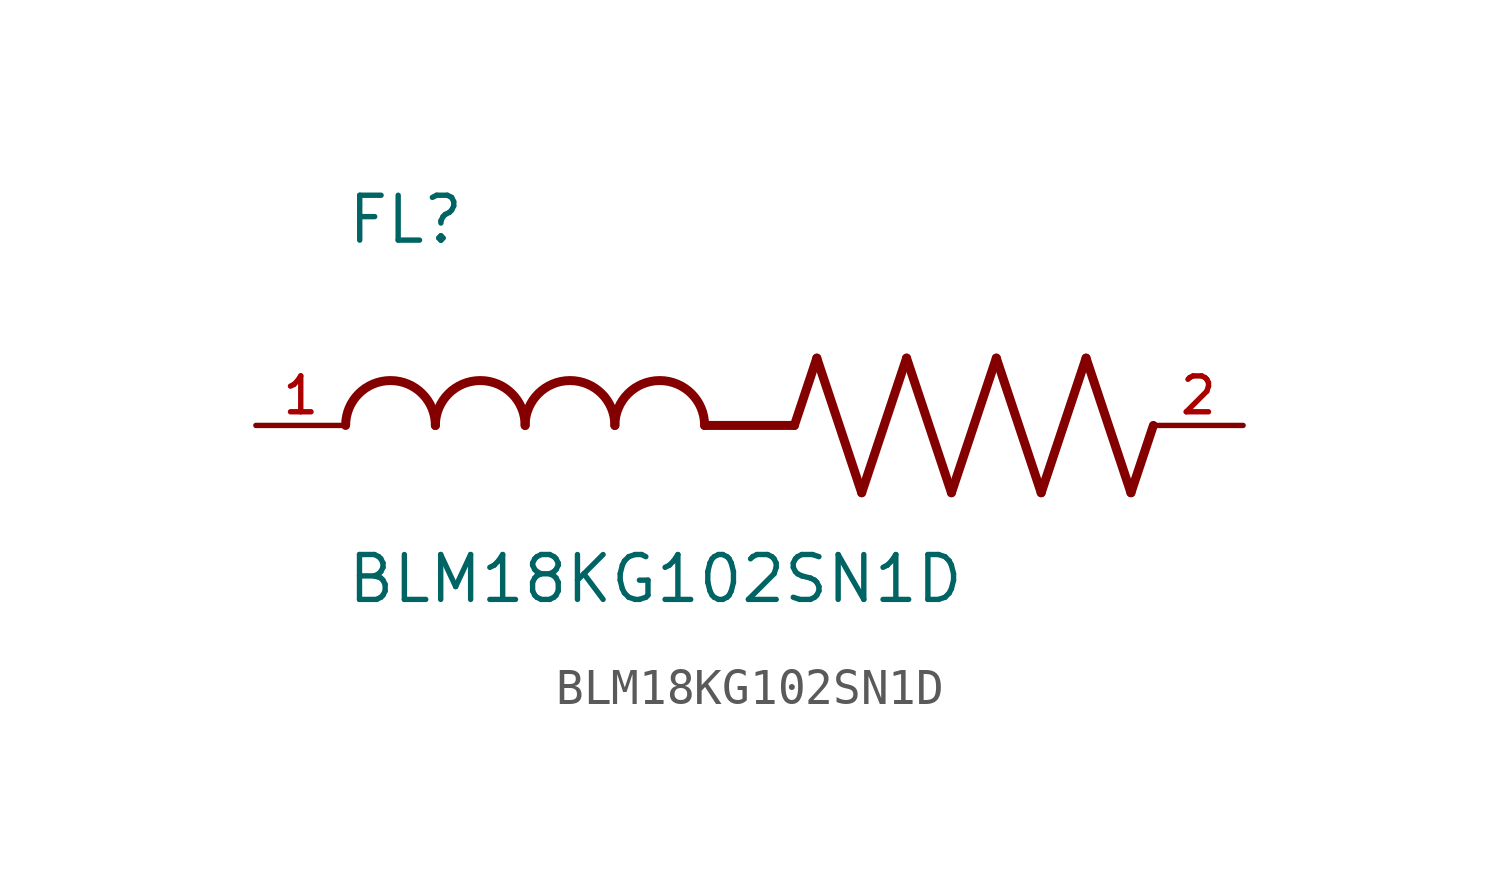
<source format=kicad_sym>
(kicad_symbol_lib
  (version 20211014)
  (generator kicad_symbol_editor)
  (symbol "BLM18KG102SN1D"
    (pin_names
      (offset 1.016))
    (property "Reference" "FL"
      (at -12.704 5.081 0)
      (effects (font (size 1.27 1.27)) (justify bottom left)))
    (property "Value" "BLM18KG102SN1D"
      (at -12.71 -5.087 0)
      (effects (font (size 1.27 1.27)) (justify bottom left)))
    (symbol "BLM18KG102SN1D_0_0"
      (polyline (pts (xy 0.0 0.0) (xy 0.635 1.905)) (stroke (width 0.254)))
      (polyline (pts (xy 0.635 1.905) (xy 1.905 -1.905)) (stroke (width 0.254)))
      (polyline (pts (xy 1.905 -1.905) (xy 3.175 1.905)) (stroke (width 0.254)))
      (polyline (pts (xy 3.175 1.905) (xy 4.445 -1.905)) (stroke (width 0.254)))
      (polyline (pts (xy 4.445 -1.905) (xy 5.715 1.905)) (stroke (width 0.254)))
      (polyline (pts (xy 5.715 1.905) (xy 6.985 -1.905)) (stroke (width 0.254)))
      (polyline (pts (xy 6.985 -1.905) (xy 8.255 1.905)) (stroke (width 0.254)))
      (polyline (pts (xy 8.255 1.905) (xy 9.525 -1.905)) (stroke (width 0.254)))
      (polyline (pts (xy 9.525 -1.905) (xy 10.16 0.0)) (stroke (width 0.254)))
      (arc (start -10.16 0.0) (mid -11.43 1.27) (end -12.7 0.0) (stroke (width 0.254) (type default) (color 0 0 0 0)) (fill (type none)))
      (arc (start -7.62 0.0) (mid -8.89 1.27) (end -10.16 0.0) (stroke (width 0.254) (type default) (color 0 0 0 0)) (fill (type none)))
      (arc (start -5.08 0.0) (mid -6.35 1.27) (end -7.62 0.0) (stroke (width 0.254) (type default) (color 0 0 0 0)) (fill (type none)))
      (arc (start -2.54 0.0) (mid -3.81 1.27) (end -5.08 0.0) (stroke (width 0.254) (type default) (color 0 0 0 0)) (fill (type none)))
      (polyline (pts (xy 0.0 0.0) (xy -2.54 0.0)) (stroke (width 0.254)))
      (pin passive line (at 12.7 0.0 180.0) (length 2.54) (name "~" (effects (font (size 1.016 1.016)))) (number "2" (effects (font (size 1.016 1.016)))))
      (pin passive line (at -15.24 0.0 0) (length 2.54) (name "~" (effects (font (size 1.016 1.016)))) (number "1" (effects (font (size 1.016 1.016))))))))
</source>
